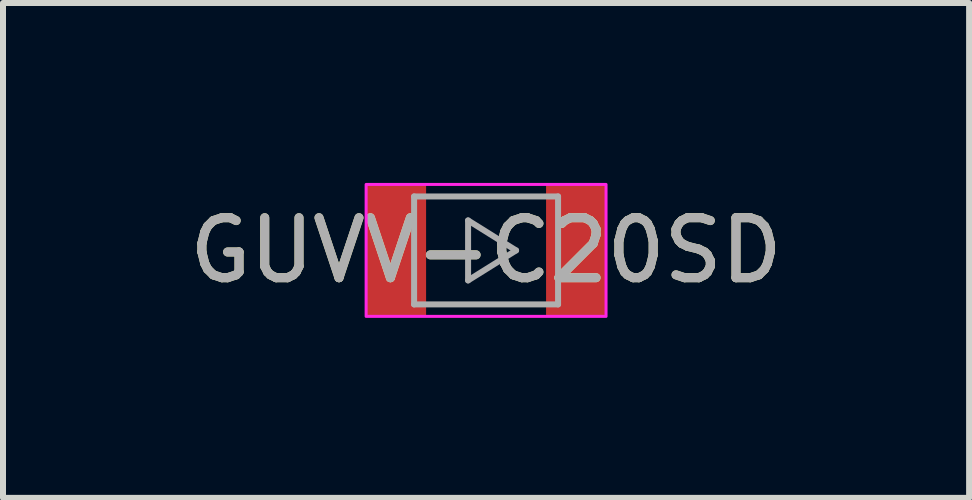
<source format=kicad_pcb>
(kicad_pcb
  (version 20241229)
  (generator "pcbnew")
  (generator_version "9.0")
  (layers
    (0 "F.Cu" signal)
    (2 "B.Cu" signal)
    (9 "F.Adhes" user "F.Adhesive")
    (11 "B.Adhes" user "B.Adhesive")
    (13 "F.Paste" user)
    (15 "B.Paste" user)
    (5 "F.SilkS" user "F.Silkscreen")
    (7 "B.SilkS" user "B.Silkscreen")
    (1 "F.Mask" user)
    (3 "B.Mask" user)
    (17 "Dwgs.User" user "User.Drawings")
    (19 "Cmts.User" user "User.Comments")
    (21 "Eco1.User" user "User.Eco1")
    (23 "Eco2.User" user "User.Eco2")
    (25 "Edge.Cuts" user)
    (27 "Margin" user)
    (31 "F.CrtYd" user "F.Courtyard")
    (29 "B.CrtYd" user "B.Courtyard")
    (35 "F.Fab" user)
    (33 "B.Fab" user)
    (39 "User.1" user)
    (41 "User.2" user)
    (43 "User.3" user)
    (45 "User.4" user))
  (footprint "GUVV-C20SD"
    (layer "F.Cu")
    (at 5.054 1.125)
    (property "Reference" "GUVV-C20SD" (at 0 0 0) (unlocked yes) (layer "F.SilkS") (effects (font (size 1 1) (thickness 0.15))))
    (attr smd)
    (fp_rect (start -2 -1.1) (end 2 1.1) (stroke (width 0.05) (type default)) (fill no) (layer "F.CrtYd"))
    (fp_line (start -1.2 -0.9) (end -1.2 0.9) (stroke (width 0.1) (type default)) (layer "F.Fab"))
    (fp_line (start -0.3 -0.5) (end -0.3 0.5) (stroke (width 0.1) (type default)) (layer "F.Fab"))
    (fp_line (start -0.3 0.5) (end 0.5 0) (stroke (width 0.1) (type default)) (layer "F.Fab"))
    (fp_line (start 0.5 0) (end -0.3 -0.5) (stroke (width 0.1) (type default)) (layer "F.Fab"))
    (fp_line (start 1.2 -0.9) (end -1.2 -0.9) (stroke (width 0.1) (type default)) (layer "F.Fab"))
    (fp_line (start 1.2 -0.9) (end 1.2 0.9) (stroke (width 0.1) (type default)) (layer "F.Fab"))
    (fp_line (start 1.2 0.9) (end -1.2 0.9) (stroke (width 0.1) (type default)) (layer "F.Fab"))
    (fp_text user "${REFERENCE}" (at 0 0 0) (unlocked yes) (layer "F.Fab") (effects (font (size 1 1) (thickness 0.15))))
    (pad "A" smd rect (at -1.5 0) (size 1 2.2) (layers "F.Cu" "F.Mask" "F.Paste"))
    (pad "K" smd rect (at 1.5 0) (size 1 2.2) (layers "F.Cu" "F.Mask" "F.Paste")))
  (gr_rect
    (start -3 -3)
    (end 13.107 5.25)
    (stroke (width 0.1) (type default))
    (fill no)
    (layer "Edge.Cuts")))
</source>
